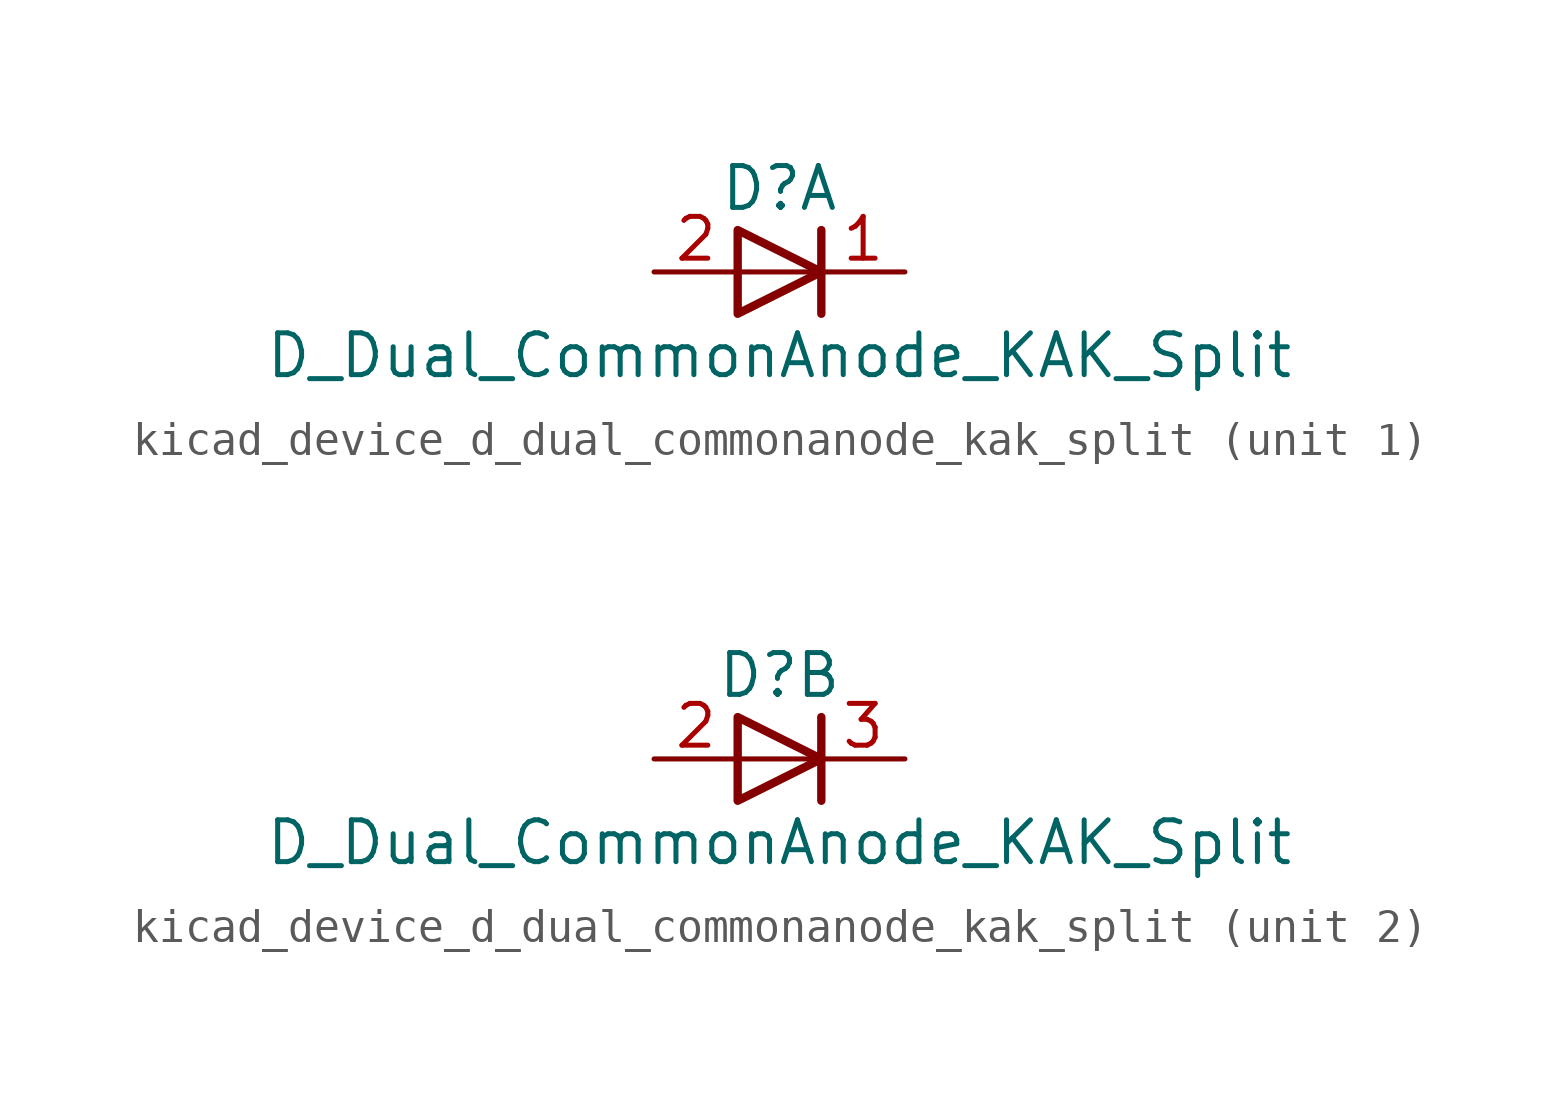
<source format=kicad_sym>
(kicad_symbol_lib
  (version 20220914)
  (generator kicad_symbol_editor)
  (symbol "kicad_device_d_dual_commonanode_kak_split"
    (pin_names
      (offset 0.762) hide)
    (property "Reference" "D"
      (at 0 2.54 0)
      (effects (font (size 1.27 1.27))))
    (property "Value" "D_Dual_CommonAnode_KAK_Split"
      (at 0 -2.54 0)
      (effects (font (size 1.27 1.27))))
    (property "ki_locked" ""
      (at 0 0 0)
      (effects (font (size 1.27 1.27))))
    (symbol "kicad_device_d_dual_commonanode_kak_split_0_0"
      (polyline (pts (xy 1.27 0) (xy -1.27 0)) (stroke (width 0) (type default)) (fill (type none)))
      (polyline (pts (xy 1.27 1.27) (xy 1.27 -1.27)) (stroke (width 0.254) (type default)) (fill (type none))))
    (symbol "kicad_device_d_dual_commonanode_kak_split_0_1"
      (polyline (pts (xy -1.27 1.27) (xy 1.27 0) (xy -1.27 -1.27) (xy -1.27 1.27) (xy -1.27 1.27) (xy -1.27 1.27)) (stroke (width 0.254) (type default)) (fill (type none)))
      (pin passive line (at -3.81 0 0) (length 2.54) (name "A" (effects (font (size 1.27 1.27)))) (number "2" (effects (font (size 1.27 1.27))))))
    (symbol "kicad_device_d_dual_commonanode_kak_split_1_1"
      (pin passive line (at 3.81 0 180) (length 2.54) (name "K" (effects (font (size 1.27 1.27)))) (number "1" (effects (font (size 1.27 1.27))))))
    (symbol "kicad_device_d_dual_commonanode_kak_split_2_1"
      (pin passive line (at 3.81 0 180) (length 2.54) (name "K" (effects (font (size 1.27 1.27)))) (number "3" (effects (font (size 1.27 1.27))))))))
</source>
